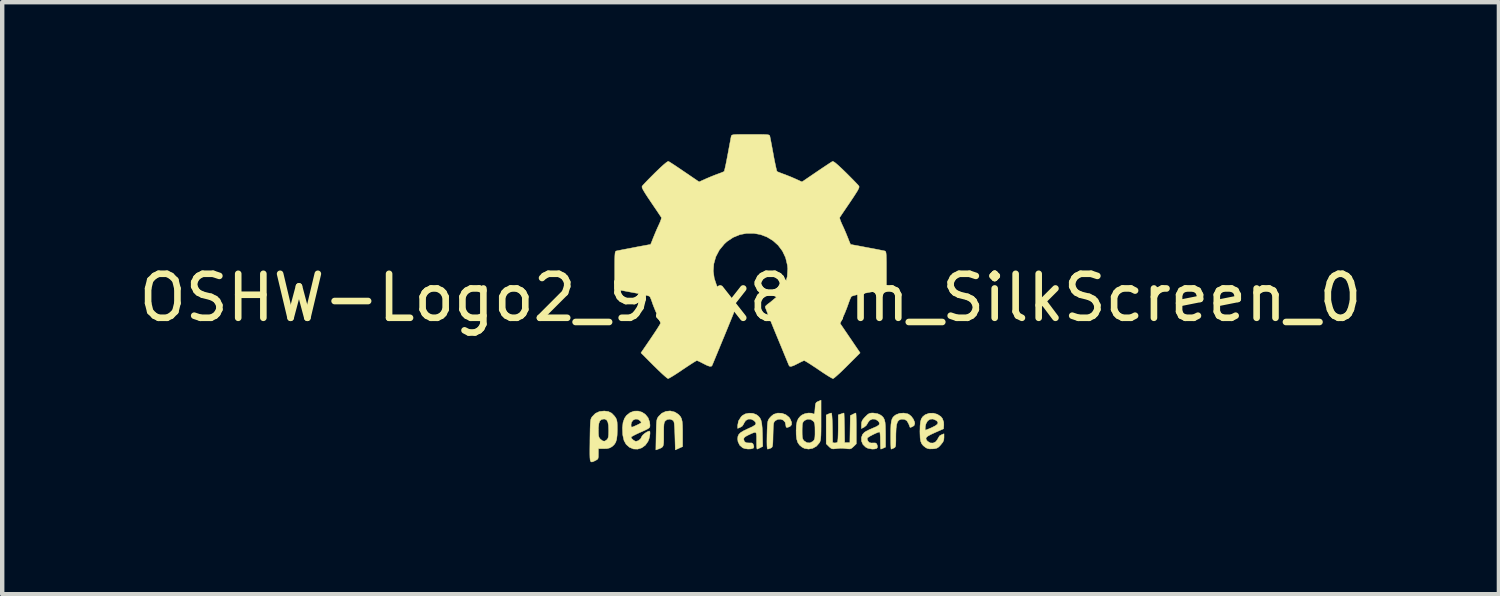
<source format=kicad_pcb>
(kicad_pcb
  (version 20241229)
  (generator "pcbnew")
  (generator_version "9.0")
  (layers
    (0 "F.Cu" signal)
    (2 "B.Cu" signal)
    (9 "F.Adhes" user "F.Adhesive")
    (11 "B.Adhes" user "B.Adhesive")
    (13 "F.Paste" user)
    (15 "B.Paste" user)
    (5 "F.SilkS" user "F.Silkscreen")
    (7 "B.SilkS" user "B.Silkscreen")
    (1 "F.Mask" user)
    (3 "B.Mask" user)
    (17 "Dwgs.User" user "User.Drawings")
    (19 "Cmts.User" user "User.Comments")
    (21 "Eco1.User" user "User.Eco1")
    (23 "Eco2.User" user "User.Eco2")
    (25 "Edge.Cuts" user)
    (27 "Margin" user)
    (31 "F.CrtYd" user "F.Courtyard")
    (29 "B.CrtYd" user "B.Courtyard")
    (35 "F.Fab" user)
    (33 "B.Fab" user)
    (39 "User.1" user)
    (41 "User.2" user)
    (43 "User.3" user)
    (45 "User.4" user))
  (footprint "OSHW-Logo2_9.8x8mm_SilkScreen_0"
    (layer "F.Cu")
    (at 14.006 3.717)
    (property "Reference" "OSHW-Logo2_9.8x8mm_SilkScreen_0" (at 0 0 0) (layer "F.SilkS") (effects (font (size 1 1) (thickness 0.15))))
    (attr exclude_from_pos_files exclude_from_bom)
    (fp_poly (pts (xy -0.84 2.492) (xy -0.834 2.572) (xy -0.828 2.619) (xy -0.819 2.64) (xy -0.805 2.64) (xy -0.801 2.637) (xy -0.744 2.62) (xy -0.669 2.621) (xy -0.593 2.639) (xy -0.545 2.663) (xy -0.496 2.7) (xy -0.461 2.743) (xy -0.436 2.797) (xy -0.421 2.869) (xy -0.413 2.966) (xy -0.41 3.095) (xy -0.41 3.119) (xy -0.41 3.396) (xy -0.472 3.417) (xy -0.516 3.432) (xy -0.54 3.439) (xy -0.54 3.439) (xy -0.543 3.42) (xy -0.545 3.37) (xy -0.546 3.293) (xy -0.547 3.197) (xy -0.547 3.139) (xy -0.547 3.025) (xy -0.549 2.943) (xy -0.552 2.886) (xy -0.558 2.849) (xy -0.568 2.825) (xy -0.583 2.806) (xy -0.592 2.797) (xy -0.655 2.761) (xy -0.724 2.759) (xy -0.786 2.789) (xy -0.798 2.8) (xy -0.815 2.821) (xy -0.826 2.845) (xy -0.834 2.881) (xy -0.838 2.934) (xy -0.84 3.012) (xy -0.84 3.121) (xy -0.84 3.396) (xy -0.902 3.417) (xy -0.945 3.432) (xy -0.969 3.439) (xy -0.97 3.439) (xy -0.972 3.42) (xy -0.974 3.367) (xy -0.975 3.286) (xy -0.976 3.18) (xy -0.977 3.055) (xy -0.977 2.916) (xy -0.977 2.382) (xy -0.85 2.328) (xy -0.84 2.492)) (stroke (width 0.01) (type solid)) (fill yes) (layer "F.Mask"))
    (fp_poly (pts (xy -3.983 2.587) (xy -3.892 2.635) (xy -3.824 2.713) (xy -3.8 2.763) (xy -3.781 2.838) (xy -3.772 2.932) (xy -3.771 3.035) (xy -3.778 3.136) (xy -3.793 3.223) (xy -3.815 3.286) (xy -3.822 3.297) (xy -3.903 3.377) (xy -4 3.425) (xy -4.104 3.439) (xy -4.21 3.418) (xy -4.239 3.405) (xy -4.297 3.364) (xy -4.347 3.311) (xy -4.352 3.304) (xy -4.371 3.271) (xy -4.384 3.236) (xy -4.391 3.19) (xy -4.395 3.125) (xy -4.396 3.03) (xy -4.396 3.009) (xy -4.396 3.002) (xy -4.201 3.002) (xy -4.2 3.091) (xy -4.195 3.151) (xy -4.186 3.189) (xy -4.17 3.215) (xy -4.162 3.224) (xy -4.115 3.257) (xy -4.07 3.256) (xy -4.024 3.227) (xy -3.996 3.196) (xy -3.98 3.151) (xy -3.971 3.079) (xy -3.97 3.071) (xy -3.969 2.942) (xy -3.985 2.846) (xy -4.019 2.784) (xy -4.07 2.756) (xy -4.088 2.755) (xy -4.136 2.763) (xy -4.169 2.789) (xy -4.189 2.839) (xy -4.199 2.919) (xy -4.201 3.002) (xy -4.396 3.002) (xy -4.395 2.908) (xy -4.392 2.838) (xy -4.386 2.789) (xy -4.374 2.753) (xy -4.356 2.722) (xy -4.352 2.716) (xy -4.286 2.636) (xy -4.213 2.59) (xy -4.125 2.572) (xy -4.095 2.571) (xy -3.983 2.587)) (stroke (width 0.01) (type solid)) (fill yes) (layer "F.Mask"))
    (fp_poly (pts (xy 3.571 2.637) (xy 3.594 2.647) (xy 3.65 2.691) (xy 3.698 2.755) (xy 3.727 2.823) (xy 3.732 2.857) (xy 3.716 2.904) (xy 3.68 2.928) (xy 3.643 2.943) (xy 3.625 2.946) (xy 3.617 2.926) (xy 3.6 2.882) (xy 3.593 2.863) (xy 3.552 2.794) (xy 3.493 2.76) (xy 3.417 2.761) (xy 3.411 2.763) (xy 3.37 2.782) (xy 3.34 2.819) (xy 3.32 2.88) (xy 3.308 2.968) (xy 3.303 3.088) (xy 3.302 3.152) (xy 3.302 3.252) (xy 3.3 3.321) (xy 3.296 3.365) (xy 3.287 3.39) (xy 3.274 3.405) (xy 3.253 3.416) (xy 3.252 3.416) (xy 3.213 3.433) (xy 3.194 3.439) (xy 3.191 3.42) (xy 3.188 3.369) (xy 3.186 3.292) (xy 3.185 3.196) (xy 3.185 3.125) (xy 3.186 2.989) (xy 3.19 2.885) (xy 3.2 2.808) (xy 3.216 2.752) (xy 3.24 2.711) (xy 3.274 2.679) (xy 3.308 2.656) (xy 3.388 2.626) (xy 3.482 2.62) (xy 3.571 2.637)) (stroke (width 0.01) (type solid)) (fill yes) (layer "F.SilkS"))
    (fp_poly (pts (xy -1.728 2.595) (xy -1.666 2.631) (xy -1.622 2.667) (xy -1.59 2.705) (xy -1.568 2.751) (xy -1.554 2.812) (xy -1.547 2.895) (xy -1.544 3.007) (xy -1.544 3.087) (xy -1.544 3.382) (xy -1.71 3.457) (xy -1.719 3.133) (xy -1.723 3.013) (xy -1.728 2.925) (xy -1.733 2.865) (xy -1.74 2.825) (xy -1.75 2.801) (xy -1.763 2.786) (xy -1.767 2.783) (xy -1.831 2.757) (xy -1.896 2.767) (xy -1.934 2.794) (xy -1.95 2.813) (xy -1.961 2.838) (xy -1.968 2.876) (xy -1.972 2.934) (xy -1.973 3.018) (xy -1.973 3.106) (xy -1.973 3.216) (xy -1.975 3.294) (xy -1.982 3.347) (xy -1.995 3.381) (xy -2.018 3.404) (xy -2.053 3.421) (xy -2.1 3.439) (xy -2.152 3.458) (xy -2.146 3.111) (xy -2.143 2.986) (xy -2.14 2.894) (xy -2.136 2.828) (xy -2.13 2.781) (xy -2.121 2.748) (xy -2.108 2.722) (xy -2.092 2.699) (xy -2.018 2.625) (xy -1.926 2.582) (xy -1.827 2.571) (xy -1.728 2.595)) (stroke (width 0.01) (type solid)) (fill yes) (layer "F.SilkS"))
    (fp_poly (pts (xy 0.713 2.625) (xy 0.802 2.657) (xy 0.874 2.715) (xy 0.902 2.756) (xy 0.933 2.831) (xy 0.932 2.885) (xy 0.9 2.921) (xy 0.888 2.928) (xy 0.837 2.947) (xy 0.81 2.942) (xy 0.802 2.91) (xy 0.801 2.892) (xy 0.785 2.826) (xy 0.742 2.78) (xy 0.683 2.758) (xy 0.617 2.763) (xy 0.564 2.792) (xy 0.546 2.809) (xy 0.533 2.829) (xy 0.524 2.859) (xy 0.519 2.907) (xy 0.515 2.978) (xy 0.512 3.08) (xy 0.511 3.112) (xy 0.509 3.222) (xy 0.506 3.3) (xy 0.501 3.351) (xy 0.494 3.383) (xy 0.483 3.401) (xy 0.467 3.412) (xy 0.457 3.417) (xy 0.413 3.433) (xy 0.388 3.439) (xy 0.379 3.421) (xy 0.374 3.365) (xy 0.372 3.272) (xy 0.374 3.141) (xy 0.374 3.121) (xy 0.377 3.002) (xy 0.381 2.914) (xy 0.386 2.853) (xy 0.393 2.809) (xy 0.404 2.778) (xy 0.419 2.751) (xy 0.427 2.74) (xy 0.472 2.69) (xy 0.522 2.651) (xy 0.528 2.647) (xy 0.618 2.62) (xy 0.713 2.625)) (stroke (width 0.01) (type solid)) (fill yes) (layer "F.SilkS"))
    (fp_poly (pts (xy 2.396 2.637) (xy 2.399 2.688) (xy 2.401 2.766) (xy 2.403 2.865) (xy 2.403 2.968) (xy 2.403 3.319) (xy 2.341 3.38) (xy 2.299 3.418) (xy 2.261 3.434) (xy 2.21 3.433) (xy 2.19 3.43) (xy 2.127 3.423) (xy 2.074 3.419) (xy 2.061 3.419) (xy 2.018 3.421) (xy 1.957 3.427) (xy 1.933 3.43) (xy 1.874 3.435) (xy 1.834 3.425) (xy 1.795 3.394) (xy 1.781 3.38) (xy 1.719 3.319) (xy 1.719 2.664) (xy 1.769 2.641) (xy 1.812 2.624) (xy 1.837 2.618) (xy 1.844 2.637) (xy 1.85 2.689) (xy 1.855 2.768) (xy 1.859 2.87) (xy 1.861 2.955) (xy 1.866 3.292) (xy 1.913 3.299) (xy 1.955 3.294) (xy 1.976 3.279) (xy 1.982 3.251) (xy 1.987 3.192) (xy 1.99 3.108) (xy 1.992 3.009) (xy 1.993 2.957) (xy 1.993 2.661) (xy 2.054 2.64) (xy 2.098 2.625) (xy 2.122 2.618) (xy 2.122 2.618) (xy 2.125 2.637) (xy 2.127 2.688) (xy 2.13 2.766) (xy 2.132 2.864) (xy 2.134 2.955) (xy 2.139 3.292) (xy 2.257 3.292) (xy 2.262 2.985) (xy 2.267 2.677) (xy 2.325 2.648) (xy 2.367 2.627) (xy 2.392 2.618) (xy 2.392 2.618) (xy 2.396 2.637)) (stroke (width 0.01) (type solid)) (fill yes) (layer "F.SilkS"))
    (fp_poly (pts (xy 4.245 2.648) (xy 4.323 2.698) (xy 4.36 2.744) (xy 4.389 2.826) (xy 4.392 2.891) (xy 4.386 2.977) (xy 4.186 3.065) (xy 4.089 3.11) (xy 4.025 3.146) (xy 3.992 3.177) (xy 3.986 3.207) (xy 4.005 3.241) (xy 4.025 3.263) (xy 4.084 3.298) (xy 4.148 3.301) (xy 4.207 3.273) (xy 4.25 3.218) (xy 4.258 3.199) (xy 4.295 3.138) (xy 4.338 3.113) (xy 4.396 3.09) (xy 4.396 3.174) (xy 4.391 3.231) (xy 4.371 3.279) (xy 4.328 3.334) (xy 4.322 3.342) (xy 4.275 3.391) (xy 4.234 3.417) (xy 4.183 3.429) (xy 4.141 3.433) (xy 4.066 3.434) (xy 4.012 3.421) (xy 3.979 3.403) (xy 3.926 3.362) (xy 3.89 3.318) (xy 3.867 3.262) (xy 3.854 3.187) (xy 3.85 3.084) (xy 3.849 3.032) (xy 3.851 2.97) (xy 3.968 2.97) (xy 3.97 3.003) (xy 3.973 3.009) (xy 3.996 3.001) (xy 4.044 2.982) (xy 4.109 2.954) (xy 4.122 2.948) (xy 4.204 2.906) (xy 4.249 2.87) (xy 4.259 2.835) (xy 4.236 2.801) (xy 4.216 2.785) (xy 4.145 2.755) (xy 4.079 2.76) (xy 4.024 2.797) (xy 3.986 2.863) (xy 3.973 2.916) (xy 3.968 2.97) (xy 3.851 2.97) (xy 3.852 2.911) (xy 3.861 2.821) (xy 3.879 2.755) (xy 3.909 2.707) (xy 3.953 2.669) (xy 3.972 2.656) (xy 4.059 2.624) (xy 4.154 2.622) (xy 4.245 2.648)) (stroke (width 0.01) (type solid)) (fill yes) (layer "F.SilkS"))
    (fp_poly (pts (xy 1.602 2.78) (xy 1.602 2.926) (xy 1.601 3.039) (xy 1.599 3.123) (xy 1.595 3.184) (xy 1.59 3.227) (xy 1.582 3.259) (xy 1.571 3.283) (xy 1.563 3.297) (xy 1.497 3.373) (xy 1.412 3.421) (xy 1.319 3.438) (xy 1.226 3.423) (xy 1.17 3.394) (xy 1.112 3.346) (xy 1.072 3.286) (xy 1.048 3.209) (xy 1.037 3.105) (xy 1.036 3.028) (xy 1.036 3.023) (xy 1.172 3.023) (xy 1.173 3.11) (xy 1.177 3.168) (xy 1.186 3.206) (xy 1.201 3.233) (xy 1.22 3.254) (xy 1.283 3.294) (xy 1.351 3.297) (xy 1.415 3.264) (xy 1.42 3.26) (xy 1.441 3.236) (xy 1.455 3.208) (xy 1.462 3.167) (xy 1.465 3.102) (xy 1.465 3.031) (xy 1.464 2.942) (xy 1.46 2.882) (xy 1.451 2.843) (xy 1.436 2.815) (xy 1.423 2.8) (xy 1.364 2.763) (xy 1.295 2.758) (xy 1.23 2.787) (xy 1.218 2.797) (xy 1.196 2.821) (xy 1.183 2.849) (xy 1.176 2.891) (xy 1.173 2.956) (xy 1.172 3.023) (xy 1.036 3.023) (xy 1.04 2.906) (xy 1.056 2.814) (xy 1.087 2.744) (xy 1.134 2.69) (xy 1.17 2.663) (xy 1.237 2.633) (xy 1.314 2.619) (xy 1.386 2.622) (xy 1.426 2.637) (xy 1.442 2.642) (xy 1.453 2.626) (xy 1.46 2.583) (xy 1.465 2.518) (xy 1.471 2.446) (xy 1.48 2.402) (xy 1.495 2.377) (xy 1.522 2.361) (xy 1.539 2.354) (xy 1.602 2.327) (xy 1.602 2.78)) (stroke (width 0.01) (type solid)) (fill yes) (layer "F.SilkS"))
    (fp_poly (pts (xy -2.466 2.6) (xy -2.389 2.652) (xy -2.329 2.726) (xy -2.294 2.822) (xy -2.286 2.892) (xy -2.287 2.921) (xy -2.294 2.943) (xy -2.313 2.963) (xy -2.35 2.986) (xy -2.41 3.015) (xy -2.5 3.055) (xy -2.501 3.055) (xy -2.584 3.093) (xy -2.652 3.127) (xy -2.698 3.153) (xy -2.716 3.167) (xy -2.716 3.167) (xy -2.701 3.199) (xy -2.665 3.233) (xy -2.624 3.258) (xy -2.603 3.263) (xy -2.546 3.246) (xy -2.497 3.203) (xy -2.474 3.156) (xy -2.451 3.122) (xy -2.406 3.082) (xy -2.353 3.048) (xy -2.306 3.029) (xy -2.297 3.028) (xy -2.286 3.045) (xy -2.285 3.088) (xy -2.293 3.146) (xy -2.308 3.207) (xy -2.329 3.261) (xy -2.33 3.264) (xy -2.392 3.351) (xy -2.473 3.41) (xy -2.565 3.439) (xy -2.66 3.436) (xy -2.752 3.397) (xy -2.756 3.395) (xy -2.828 3.33) (xy -2.875 3.245) (xy -2.901 3.133) (xy -2.905 3.102) (xy -2.911 2.954) (xy -2.903 2.884) (xy -2.716 2.884) (xy -2.713 2.928) (xy -2.7 2.94) (xy -2.667 2.931) (xy -2.615 2.908) (xy -2.556 2.881) (xy -2.555 2.88) (xy -2.505 2.854) (xy -2.485 2.836) (xy -2.49 2.818) (xy -2.511 2.794) (xy -2.563 2.759) (xy -2.62 2.757) (xy -2.671 2.782) (xy -2.706 2.831) (xy -2.716 2.884) (xy -2.903 2.884) (xy -2.898 2.835) (xy -2.865 2.741) (xy -2.82 2.675) (xy -2.737 2.609) (xy -2.646 2.576) (xy -2.554 2.574) (xy -2.466 2.6)) (stroke (width 0.01) (type solid)) (fill yes) (layer "F.SilkS"))
    (fp_poly (pts (xy 0.054 2.626) (xy 0.13 2.655) (xy 0.131 2.655) (xy 0.178 2.69) (xy 0.213 2.731) (xy 0.238 2.784) (xy 0.254 2.856) (xy 0.264 2.953) (xy 0.27 3.082) (xy 0.27 3.1) (xy 0.277 3.377) (xy 0.218 3.408) (xy 0.175 3.429) (xy 0.149 3.439) (xy 0.148 3.439) (xy 0.143 3.421) (xy 0.139 3.372) (xy 0.137 3.3) (xy 0.137 3.242) (xy 0.137 3.148) (xy 0.132 3.089) (xy 0.118 3.061) (xy 0.085 3.06) (xy 0.03 3.081) (xy -0.054 3.12) (xy -0.115 3.153) (xy -0.147 3.181) (xy -0.156 3.212) (xy -0.156 3.213) (xy -0.141 3.266) (xy -0.095 3.295) (xy -0.026 3.299) (xy 0.024 3.298) (xy 0.051 3.313) (xy 0.067 3.347) (xy 0.077 3.391) (xy 0.063 3.416) (xy 0.058 3.42) (xy 0.009 3.434) (xy -0.058 3.437) (xy -0.128 3.427) (xy -0.178 3.41) (xy -0.246 3.351) (xy -0.285 3.27) (xy -0.293 3.207) (xy -0.287 3.15) (xy -0.266 3.104) (xy -0.224 3.062) (xy -0.155 3.021) (xy -0.055 2.974) (xy -0.049 2.971) (xy 0.041 2.93) (xy 0.097 2.895) (xy 0.121 2.865) (xy 0.116 2.833) (xy 0.084 2.797) (xy 0.075 2.789) (xy 0.012 2.757) (xy -0.054 2.758) (xy -0.111 2.79) (xy -0.149 2.848) (xy -0.152 2.859) (xy -0.187 2.915) (xy -0.23 2.942) (xy -0.293 2.968) (xy -0.293 2.9) (xy -0.274 2.8) (xy -0.217 2.709) (xy -0.188 2.678) (xy -0.12 2.639) (xy -0.035 2.622) (xy 0.054 2.626)) (stroke (width 0.01) (type solid)) (fill yes) (layer "F.SilkS"))
    (fp_poly (pts (xy -3.231 2.585) (xy -3.156 2.622) (xy -3.091 2.69) (xy -3.072 2.716) (xy -3.053 2.749) (xy -3.04 2.785) (xy -3.032 2.833) (xy -3.029 2.903) (xy -3.028 2.994) (xy -3.032 3.12) (xy -3.043 3.214) (xy -3.065 3.285) (xy -3.1 3.338) (xy -3.149 3.383) (xy -3.153 3.385) (xy -3.202 3.412) (xy -3.261 3.426) (xy -3.336 3.429) (xy -3.458 3.429) (xy -3.458 3.547) (xy -3.459 3.613) (xy -3.466 3.652) (xy -3.484 3.675) (xy -3.519 3.695) (xy -3.527 3.699) (xy -3.566 3.718) (xy -3.596 3.729) (xy -3.619 3.73) (xy -3.635 3.717) (xy -3.645 3.685) (xy -3.65 3.63) (xy -3.652 3.549) (xy -3.652 3.437) (xy -3.65 3.292) (xy -3.65 3.248) (xy -3.648 3.098) (xy -3.646 3) (xy -3.458 3) (xy -3.457 3.083) (xy -3.453 3.138) (xy -3.442 3.174) (xy -3.423 3.201) (xy -3.41 3.215) (xy -3.358 3.254) (xy -3.312 3.258) (xy -3.264 3.225) (xy -3.263 3.224) (xy -3.244 3.199) (xy -3.232 3.164) (xy -3.226 3.112) (xy -3.224 3.031) (xy -3.224 3.013) (xy -3.228 2.902) (xy -3.243 2.825) (xy -3.269 2.778) (xy -3.309 2.757) (xy -3.332 2.755) (xy -3.387 2.765) (xy -3.425 2.798) (xy -3.447 2.858) (xy -3.457 2.95) (xy -3.458 3) (xy -3.646 3) (xy -3.646 2.982) (xy -3.643 2.895) (xy -3.639 2.831) (xy -3.634 2.786) (xy -3.627 2.754) (xy -3.617 2.73) (xy -3.604 2.709) (xy -3.598 2.701) (xy -3.525 2.627) (xy -3.432 2.584) (xy -3.325 2.573) (xy -3.231 2.585)) (stroke (width 0.01) (type solid)) (fill yes) (layer "F.SilkS"))
    (fp_poly (pts (xy 2.887 2.634) (xy 2.944 2.659) (xy 2.988 2.69) (xy 3.02 2.725) (xy 3.042 2.77) (xy 3.057 2.831) (xy 3.064 2.915) (xy 3.067 3.028) (xy 3.068 3.103) (xy 3.068 3.393) (xy 3.018 3.416) (xy 2.979 3.433) (xy 2.959 3.439) (xy 2.955 3.421) (xy 2.952 3.372) (xy 2.951 3.3) (xy 2.95 3.243) (xy 2.949 3.161) (xy 2.944 3.096) (xy 2.938 3.056) (xy 2.933 3.048) (xy 2.898 3.057) (xy 2.844 3.079) (xy 2.781 3.109) (xy 2.72 3.141) (xy 2.674 3.17) (xy 2.652 3.19) (xy 2.652 3.19) (xy 2.654 3.227) (xy 2.671 3.262) (xy 2.7 3.291) (xy 2.743 3.3) (xy 2.78 3.299) (xy 2.832 3.298) (xy 2.859 3.31) (xy 2.876 3.343) (xy 2.878 3.349) (xy 2.885 3.395) (xy 2.866 3.423) (xy 2.816 3.436) (xy 2.763 3.438) (xy 2.666 3.42) (xy 2.616 3.394) (xy 2.554 3.333) (xy 2.522 3.258) (xy 2.519 3.178) (xy 2.546 3.104) (xy 2.588 3.058) (xy 2.63 3.032) (xy 2.695 2.999) (xy 2.771 2.966) (xy 2.784 2.96) (xy 2.867 2.924) (xy 2.916 2.891) (xy 2.931 2.859) (xy 2.917 2.822) (xy 2.892 2.794) (xy 2.833 2.759) (xy 2.768 2.756) (xy 2.709 2.783) (xy 2.666 2.837) (xy 2.661 2.851) (xy 2.628 2.902) (xy 2.581 2.94) (xy 2.52 2.971) (xy 2.52 2.883) (xy 2.524 2.829) (xy 2.539 2.787) (xy 2.573 2.741) (xy 2.605 2.706) (xy 2.655 2.657) (xy 2.694 2.631) (xy 2.736 2.62) (xy 2.783 2.618) (xy 2.887 2.634)) (stroke (width 0.01) (type solid)) (fill yes) (layer "F.SilkS"))
    (fp_poly (pts (xy 0.14 -3.712) (xy 0.246 -3.712) (xy 0.322 -3.71) (xy 0.374 -3.707) (xy 0.407 -3.702) (xy 0.426 -3.695) (xy 0.435 -3.684) (xy 0.439 -3.67) (xy 0.44 -3.668) (xy 0.446 -3.636) (xy 0.459 -3.572) (xy 0.476 -3.483) (xy 0.496 -3.376) (xy 0.518 -3.258) (xy 0.518 -3.254) (xy 0.54 -3.138) (xy 0.561 -3.036) (xy 0.579 -2.953) (xy 0.592 -2.897) (xy 0.601 -2.872) (xy 0.601 -2.871) (xy 0.626 -2.859) (xy 0.676 -2.839) (xy 0.742 -2.814) (xy 0.742 -2.814) (xy 0.825 -2.783) (xy 0.923 -2.744) (xy 1.015 -2.704) (xy 1.019 -2.702) (xy 1.169 -2.634) (xy 1.501 -2.86) (xy 1.603 -2.929) (xy 1.696 -2.991) (xy 1.773 -3.042) (xy 1.83 -3.079) (xy 1.861 -3.098) (xy 1.864 -3.099) (xy 1.887 -3.093) (xy 1.93 -3.063) (xy 1.994 -3.008) (xy 2.081 -2.927) (xy 2.171 -2.84) (xy 2.256 -2.755) (xy 2.333 -2.677) (xy 2.397 -2.611) (xy 2.442 -2.563) (xy 2.464 -2.536) (xy 2.464 -2.535) (xy 2.467 -2.517) (xy 2.458 -2.487) (xy 2.435 -2.441) (xy 2.395 -2.376) (xy 2.338 -2.288) (xy 2.261 -2.173) (xy 2.193 -2.073) (xy 2.132 -1.983) (xy 2.081 -1.908) (xy 2.045 -1.854) (xy 2.027 -1.827) (xy 2.026 -1.825) (xy 2.028 -1.798) (xy 2.045 -1.747) (xy 2.073 -1.68) (xy 2.083 -1.659) (xy 2.127 -1.564) (xy 2.173 -1.456) (xy 2.211 -1.363) (xy 2.238 -1.294) (xy 2.26 -1.241) (xy 2.272 -1.214) (xy 2.274 -1.211) (xy 2.297 -1.208) (xy 2.351 -1.198) (xy 2.429 -1.184) (xy 2.524 -1.166) (xy 2.628 -1.146) (xy 2.735 -1.126) (xy 2.837 -1.107) (xy 2.927 -1.089) (xy 2.998 -1.075) (xy 3.042 -1.066) (xy 3.053 -1.063) (xy 3.064 -1.057) (xy 3.073 -1.042) (xy 3.079 -1.015) (xy 3.083 -0.97) (xy 3.085 -0.902) (xy 3.087 -0.806) (xy 3.087 -0.678) (xy 3.087 -0.625) (xy 3.087 -0.198) (xy 2.985 -0.178) (xy 2.927 -0.167) (xy 2.842 -0.151) (xy 2.739 -0.132) (xy 2.629 -0.111) (xy 2.599 -0.106) (xy 2.497 -0.086) (xy 2.408 -0.067) (xy 2.34 -0.049) (xy 2.3 -0.036) (xy 2.293 -0.032) (xy 2.277 -0.004) (xy 2.253 0.051) (xy 2.227 0.122) (xy 2.222 0.137) (xy 2.188 0.231) (xy 2.146 0.337) (xy 2.104 0.432) (xy 2.104 0.433) (xy 2.035 0.583) (xy 2.49 1.252) (xy 2.197 1.544) (xy 2.109 1.631) (xy 2.029 1.708) (xy 1.96 1.77) (xy 1.909 1.814) (xy 1.879 1.835) (xy 1.874 1.837) (xy 1.849 1.826) (xy 1.797 1.797) (xy 1.725 1.752) (xy 1.637 1.695) (xy 1.543 1.631) (xy 1.447 1.567) (xy 1.361 1.51) (xy 1.291 1.466) (xy 1.242 1.437) (xy 1.221 1.426) (xy 1.194 1.435) (xy 1.144 1.458) (xy 1.08 1.491) (xy 1.074 1.494) (xy 0.988 1.537) (xy 0.929 1.558) (xy 0.893 1.559) (xy 0.874 1.539) (xy 0.874 1.539) (xy 0.864 1.515) (xy 0.841 1.46) (xy 0.807 1.378) (xy 0.763 1.272) (xy 0.712 1.147) (xy 0.654 1.007) (xy 0.598 0.872) (xy 0.536 0.722) (xy 0.48 0.584) (xy 0.43 0.461) (xy 0.389 0.357) (xy 0.358 0.277) (xy 0.338 0.225) (xy 0.332 0.206) (xy 0.347 0.183) (xy 0.386 0.148) (xy 0.439 0.109) (xy 0.588 -0.015) (xy 0.705 -0.156) (xy 0.787 -0.313) (xy 0.834 -0.482) (xy 0.845 -0.66) (xy 0.837 -0.742) (xy 0.796 -0.913) (xy 0.724 -1.064) (xy 0.627 -1.193) (xy 0.509 -1.299) (xy 0.374 -1.381) (xy 0.227 -1.437) (xy 0.072 -1.465) (xy -0.087 -1.465) (xy -0.244 -1.435) (xy -0.396 -1.372) (xy -0.538 -1.277) (xy -0.597 -1.222) (xy -0.711 -1.083) (xy -0.79 -0.932) (xy -0.835 -0.771) (xy -0.847 -0.607) (xy -0.825 -0.443) (xy -0.772 -0.284) (xy -0.686 -0.134) (xy -0.569 0.002) (xy -0.439 0.109) (xy -0.384 0.15) (xy -0.346 0.185) (xy -0.332 0.206) (xy -0.339 0.229) (xy -0.36 0.283) (xy -0.392 0.366) (xy -0.434 0.471) (xy -0.485 0.596) (xy -0.542 0.736) (xy -0.598 0.872) (xy -0.66 1.021) (xy -0.717 1.16) (xy -0.768 1.283) (xy -0.811 1.387) (xy -0.844 1.467) (xy -0.866 1.519) (xy -0.874 1.539) (xy -0.893 1.558) (xy -0.929 1.558) (xy -0.988 1.537) (xy -1.073 1.495) (xy -1.074 1.494) (xy -1.138 1.461) (xy -1.19 1.437) (xy -1.219 1.426) (xy -1.221 1.426) (xy -1.243 1.437) (xy -1.292 1.466) (xy -1.362 1.511) (xy -1.447 1.567) (xy -1.543 1.631) (xy -1.639 1.696) (xy -1.727 1.753) (xy -1.799 1.797) (xy -1.85 1.826) (xy -1.874 1.837) (xy -1.897 1.823) (xy -1.942 1.786) (xy -2.006 1.729) (xy -2.083 1.656) (xy -2.169 1.572) (xy -2.198 1.544) (xy -2.49 1.251) (xy -2.267 0.925) (xy -2.2 0.825) (xy -2.14 0.735) (xy -2.093 0.661) (xy -2.06 0.607) (xy -2.045 0.579) (xy -2.045 0.577) (xy -2.053 0.551) (xy -2.073 0.498) (xy -2.103 0.427) (xy -2.124 0.38) (xy -2.164 0.29) (xy -2.201 0.198) (xy -2.23 0.121) (xy -2.237 0.098) (xy -2.26 0.035) (xy -2.281 -0.014) (xy -2.293 -0.032) (xy -2.319 -0.043) (xy -2.377 -0.059) (xy -2.458 -0.078) (xy -2.555 -0.098) (xy -2.599 -0.106) (xy -2.709 -0.126) (xy -2.815 -0.146) (xy -2.906 -0.163) (xy -2.972 -0.175) (xy -2.985 -0.178) (xy -3.087 -0.198) (xy -3.087 -0.625) (xy -3.087 -0.766) (xy -3.086 -0.872) (xy -3.084 -0.949) (xy -3.08 -1.002) (xy -3.075 -1.035) (xy -3.067 -1.053) (xy -3.057 -1.062) (xy -3.053 -1.063) (xy -3.028 -1.069) (xy -2.972 -1.08) (xy -2.892 -1.096) (xy -2.796 -1.114) (xy -2.691 -1.134) (xy -2.585 -1.155) (xy -2.483 -1.174) (xy -2.395 -1.19) (xy -2.325 -1.203) (xy -2.283 -1.21) (xy -2.274 -1.211) (xy -2.265 -1.228) (xy -2.246 -1.273) (xy -2.221 -1.338) (xy -2.211 -1.363) (xy -2.171 -1.46) (xy -2.125 -1.568) (xy -2.083 -1.659) (xy -2.052 -1.728) (xy -2.032 -1.785) (xy -2.025 -1.82) (xy -2.026 -1.825) (xy -2.041 -1.847) (xy -2.074 -1.896) (xy -2.121 -1.967) (xy -2.181 -2.055) (xy -2.248 -2.154) (xy -2.261 -2.173) (xy -2.339 -2.289) (xy -2.396 -2.377) (xy -2.435 -2.442) (xy -2.458 -2.487) (xy -2.467 -2.516) (xy -2.465 -2.535) (xy -2.464 -2.535) (xy -2.445 -2.559) (xy -2.402 -2.605) (xy -2.341 -2.669) (xy -2.265 -2.746) (xy -2.18 -2.831) (xy -2.171 -2.84) (xy -2.063 -2.944) (xy -1.98 -3.02) (xy -1.92 -3.07) (xy -1.882 -3.096) (xy -1.864 -3.099) (xy -1.84 -3.085) (xy -1.788 -3.052) (xy -1.714 -3.004) (xy -1.625 -2.944) (xy -1.525 -2.876) (xy -1.501 -2.86) (xy -1.169 -2.634) (xy -1.019 -2.702) (xy -0.928 -2.741) (xy -0.83 -2.781) (xy -0.746 -2.813) (xy -0.742 -2.814) (xy -0.677 -2.838) (xy -0.626 -2.859) (xy -0.601 -2.871) (xy -0.601 -2.871) (xy -0.593 -2.893) (xy -0.58 -2.948) (xy -0.562 -3.029) (xy -0.542 -3.129) (xy -0.52 -3.244) (xy -0.518 -3.254) (xy -0.496 -3.372) (xy -0.476 -3.479) (xy -0.459 -3.569) (xy -0.447 -3.634) (xy -0.44 -3.668) (xy -0.44 -3.668) (xy -0.435 -3.683) (xy -0.427 -3.693) (xy -0.41 -3.701) (xy -0.379 -3.707) (xy -0.329 -3.71) (xy -0.256 -3.712) (xy -0.153 -3.712) (xy -0.018 -3.712) (xy 0 -3.712) (xy 0.14 -3.712)) (stroke (width 0.01) (type solid)) (fill yes) (layer "F.SilkS")))
  (gr_rect
    (start -3 -3)
    (end 31.012 10.453)
    (stroke (width 0.1) (type default))
    (fill no)
    (layer "Edge.Cuts")))
</source>
